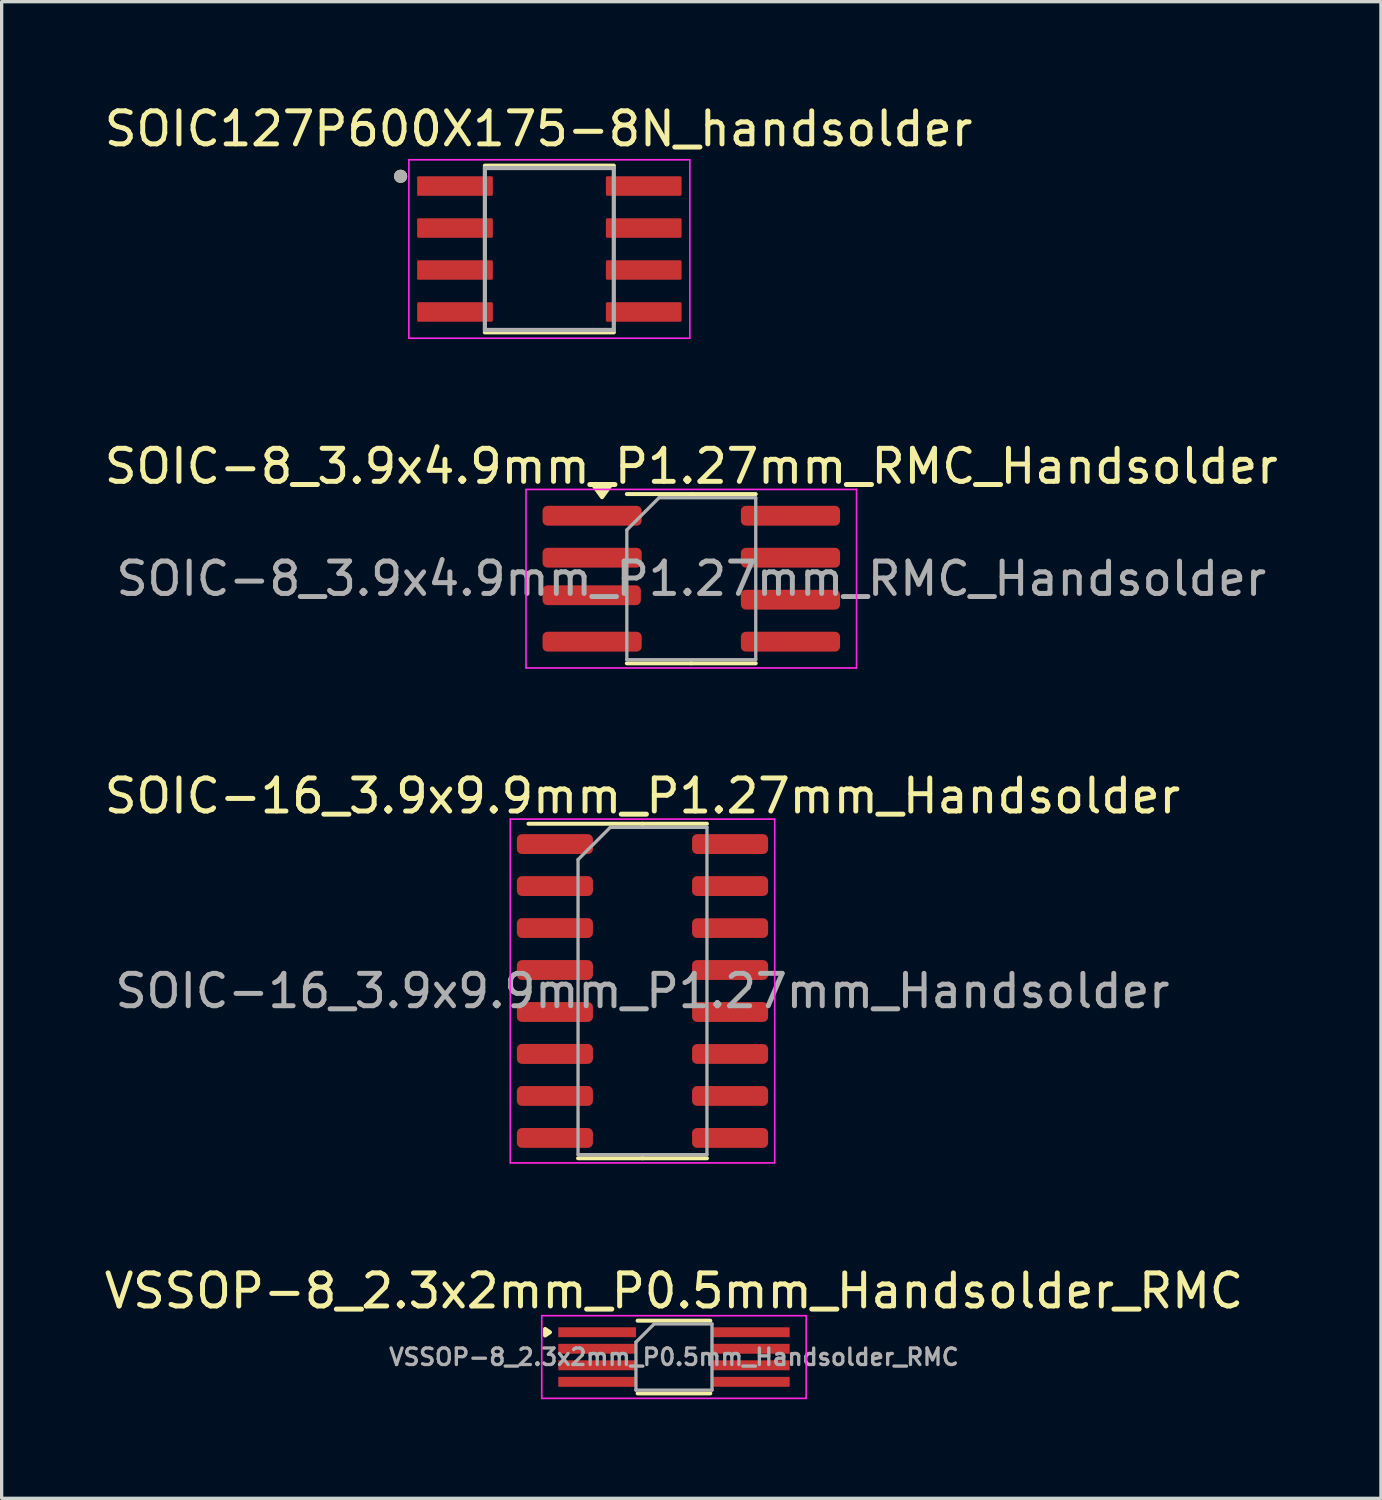
<source format=kicad_pcb>
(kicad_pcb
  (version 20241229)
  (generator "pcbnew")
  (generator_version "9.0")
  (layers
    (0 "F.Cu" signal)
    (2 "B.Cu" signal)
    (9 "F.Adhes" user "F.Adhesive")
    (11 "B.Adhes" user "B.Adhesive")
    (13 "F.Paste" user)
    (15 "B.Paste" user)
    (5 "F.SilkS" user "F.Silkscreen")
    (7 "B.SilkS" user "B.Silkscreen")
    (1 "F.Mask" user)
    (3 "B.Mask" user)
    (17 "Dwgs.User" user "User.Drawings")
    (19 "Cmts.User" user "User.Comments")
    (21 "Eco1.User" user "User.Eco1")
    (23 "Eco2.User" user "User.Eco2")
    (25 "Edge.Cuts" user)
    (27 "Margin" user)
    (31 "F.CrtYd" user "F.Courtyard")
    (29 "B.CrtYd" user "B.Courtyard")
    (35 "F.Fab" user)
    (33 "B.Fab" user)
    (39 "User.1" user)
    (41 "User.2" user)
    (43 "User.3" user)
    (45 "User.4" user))
  (footprint "SOIC-16_3.9x9.9mm_P1.27mm_Handsolder"
    (layer "F.Cu")
    (at 16.387 26.93)
    (property "Reference" "SOIC-16_3.9x9.9mm_P1.27mm_Handsolder" (at 0 -5.9 0) (layer "F.SilkS") (effects (font (size 1 1) (thickness 0.15))))
    (attr smd)
    (fp_line (start 0 -5.06) (end -3.45 -5.06) (stroke (width 0.12) (type solid)) (layer "F.SilkS"))
    (fp_line (start 0 -5.06) (end 1.95 -5.06) (stroke (width 0.12) (type solid)) (layer "F.SilkS"))
    (fp_line (start 0 5.06) (end -1.95 5.06) (stroke (width 0.12) (type solid)) (layer "F.SilkS"))
    (fp_line (start 0 5.06) (end 1.95 5.06) (stroke (width 0.12) (type solid)) (layer "F.SilkS"))
    (fp_line (start -4 -5.2) (end -4 5.2) (stroke (width 0.05) (type solid)) (layer "F.CrtYd"))
    (fp_line (start -4 5.2) (end 4 5.2) (stroke (width 0.05) (type solid)) (layer "F.CrtYd"))
    (fp_line (start 4 -5.2) (end -4 -5.2) (stroke (width 0.05) (type solid)) (layer "F.CrtYd"))
    (fp_line (start 4 5.2) (end 4 -5.2) (stroke (width 0.05) (type solid)) (layer "F.CrtYd"))
    (fp_line (start -1.95 -3.975) (end -0.975 -4.95) (stroke (width 0.1) (type solid)) (layer "F.Fab"))
    (fp_line (start -1.95 4.95) (end -1.95 -3.975) (stroke (width 0.1) (type solid)) (layer "F.Fab"))
    (fp_line (start -0.975 -4.95) (end 1.95 -4.95) (stroke (width 0.1) (type solid)) (layer "F.Fab"))
    (fp_line (start 1.95 -4.95) (end 1.95 4.95) (stroke (width 0.1) (type solid)) (layer "F.Fab"))
    (fp_line (start 1.95 4.95) (end -1.95 4.95) (stroke (width 0.1) (type solid)) (layer "F.Fab"))
    (fp_text user "${REFERENCE}" (at 0 0 0) (layer "F.Fab") (effects (font (size 0.98 0.98) (thickness 0.15))))
    (pad "1" smd roundrect (at -2.65 -4.445) (size 2.3 0.6) (layers "F.Cu" "F.Mask" "F.Paste") (roundrect_rratio 0.25))
    (pad "2" smd roundrect (at -2.65 -3.175) (size 2.3 0.6) (layers "F.Cu" "F.Mask" "F.Paste") (roundrect_rratio 0.25))
    (pad "3" smd roundrect (at -2.65 -1.905) (size 2.3 0.6) (layers "F.Cu" "F.Mask" "F.Paste") (roundrect_rratio 0.25))
    (pad "4" smd roundrect (at -2.65 -0.635) (size 2.3 0.6) (layers "F.Cu" "F.Mask" "F.Paste") (roundrect_rratio 0.25))
    (pad "5" smd roundrect (at -2.65 0.635) (size 2.3 0.6) (layers "F.Cu" "F.Mask" "F.Paste") (roundrect_rratio 0.25))
    (pad "6" smd roundrect (at -2.65 1.903) (size 2.3 0.605) (layers "F.Cu" "F.Mask" "F.Paste") (roundrect_rratio 0.25))
    (pad "7" smd roundrect (at -2.65 3.175) (size 2.3 0.6) (layers "F.Cu" "F.Mask" "F.Paste") (roundrect_rratio 0.25))
    (pad "8" smd roundrect (at -2.65 4.445) (size 2.3 0.6) (layers "F.Cu" "F.Mask" "F.Paste") (roundrect_rratio 0.25))
    (pad "9" smd roundrect (at 2.65 4.445) (size 2.3 0.6) (layers "F.Cu" "F.Mask" "F.Paste") (roundrect_rratio 0.25))
    (pad "10" smd roundrect (at 2.65 3.175) (size 2.3 0.6) (layers "F.Cu" "F.Mask" "F.Paste") (roundrect_rratio 0.25))
    (pad "11" smd roundrect (at 2.65 1.905) (size 2.3 0.6) (layers "F.Cu" "F.Mask" "F.Paste") (roundrect_rratio 0.25))
    (pad "12" smd roundrect (at 2.65 0.635) (size 2.3 0.6) (layers "F.Cu" "F.Mask" "F.Paste") (roundrect_rratio 0.25))
    (pad "13" smd roundrect (at 2.65 -0.635) (size 2.3 0.6) (layers "F.Cu" "F.Mask" "F.Paste") (roundrect_rratio 0.25))
    (pad "14" smd roundrect (at 2.65 -1.903) (size 2.3 0.595) (layers "F.Cu" "F.Mask" "F.Paste") (roundrect_rratio 0.25))
    (pad "15" smd roundrect (at 2.65 -3.175) (size 2.3 0.6) (layers "F.Cu" "F.Mask" "F.Paste") (roundrect_rratio 0.25))
    (pad "16" smd roundrect (at 2.65 -4.445) (size 2.3 0.6) (layers "F.Cu" "F.Mask" "F.Paste") (roundrect_rratio 0.25)))
  (footprint "SOIC-8_3.9x4.9mm_P1.27mm_RMC_Handsolder"
    (layer "F.Cu")
    (at 17.863 14.457)
    (property "Reference" "SOIC-8_3.9x4.9mm_P1.27mm_RMC_Handsolder" (at 0 -3.4 0) (layer "F.SilkS") (effects (font (size 1 1) (thickness 0.15))))
    (attr smd)
    (fp_line (start 0 -2.56) (end -1.95 -2.56) (stroke (width 0.12) (type solid)) (layer "F.SilkS"))
    (fp_line (start 0 -2.56) (end 1.95 -2.56) (stroke (width 0.12) (type solid)) (layer "F.SilkS"))
    (fp_line (start 0 2.56) (end -1.95 2.56) (stroke (width 0.12) (type solid)) (layer "F.SilkS"))
    (fp_line (start 0 2.56) (end 1.95 2.56) (stroke (width 0.12) (type solid)) (layer "F.SilkS"))
    (fp_poly (pts (xy -2.7 -2.465) (xy -2.94 -2.795) (xy -2.46 -2.795) (xy -2.7 -2.465)) (stroke (width 0.12) (type solid)) (fill yes) (layer "F.SilkS"))
    (fp_line (start -5 -2.7) (end -5 2.7) (stroke (width 0.05) (type solid)) (layer "F.CrtYd"))
    (fp_line (start -5 2.7) (end 5 2.7) (stroke (width 0.05) (type solid)) (layer "F.CrtYd"))
    (fp_line (start 5 -2.7) (end -5 -2.7) (stroke (width 0.05) (type solid)) (layer "F.CrtYd"))
    (fp_line (start 5 2.7) (end 5 -2.7) (stroke (width 0.05) (type solid)) (layer "F.CrtYd"))
    (fp_line (start -1.95 -1.475) (end -0.975 -2.45) (stroke (width 0.1) (type solid)) (layer "F.Fab"))
    (fp_line (start -1.95 2.45) (end -1.95 -1.475) (stroke (width 0.1) (type solid)) (layer "F.Fab"))
    (fp_line (start -0.975 -2.45) (end 1.95 -2.45) (stroke (width 0.1) (type solid)) (layer "F.Fab"))
    (fp_line (start 1.95 -2.45) (end 1.95 2.45) (stroke (width 0.1) (type solid)) (layer "F.Fab"))
    (fp_line (start 1.95 2.45) (end -1.95 2.45) (stroke (width 0.1) (type solid)) (layer "F.Fab"))
    (fp_text user "${REFERENCE}" (at 0 0 0) (layer "F.Fab") (effects (font (size 0.98 0.98) (thickness 0.15))))
    (pad "1" smd roundrect (at -3 -1.905) (size 3 0.6) (layers "F.Cu" "F.Mask" "F.Paste") (roundrect_rratio 0.25))
    (pad "2" smd roundrect (at -3 -0.635) (size 3 0.6) (layers "F.Cu" "F.Mask" "F.Paste") (roundrect_rratio 0.25))
    (pad "3" smd roundrect (at -3.013 0.5) (size 2.975 0.6) (layers "F.Cu" "F.Mask" "F.Paste") (roundrect_rratio 0.25))
    (pad "4" smd roundrect (at -3 1.905) (size 3 0.6) (layers "F.Cu" "F.Mask" "F.Paste") (roundrect_rratio 0.25))
    (pad "5" smd roundrect (at 3 1.905) (size 3 0.6) (layers "F.Cu" "F.Mask" "F.Paste") (roundrect_rratio 0.25))
    (pad "6" smd roundrect (at 3 0.635) (size 3 0.6) (layers "F.Cu" "F.Mask" "F.Paste") (roundrect_rratio 0.25))
    (pad "7" smd roundrect (at 3 -0.635) (size 3 0.6) (layers "F.Cu" "F.Mask" "F.Paste") (roundrect_rratio 0.25))
    (pad "8" smd roundrect (at 3 -1.905) (size 3 0.6) (layers "F.Cu" "F.Mask" "F.Paste") (roundrect_rratio 0.25)))
  (footprint "VSSOP-8_2.3x2mm_P0.5mm_Handsolder_RMC"
    (layer "F.Cu")
    (at 17.339 38.003)
    (property "Reference" "VSSOP-8_2.3x2mm_P0.5mm_Handsolder_RMC" (at 0 -2 0) (layer "F.SilkS") (effects (font (size 1 1) (thickness 0.15))))
    (attr smd)
    (fp_line (start 1.1 -1.1) (end -1.1 -1.1) (stroke (width 0.12) (type solid)) (layer "F.SilkS"))
    (fp_line (start 1.1 1.1) (end -1.1 1.1) (stroke (width 0.12) (type solid)) (layer "F.SilkS"))
    (fp_poly (pts (xy -3.9 -0.65) (xy -3.75 -0.75) (xy -3.9 -0.85)) (stroke (width 0.12) (type solid)) (fill no) (layer "F.SilkS"))
    (fp_line (start -4 -1.25) (end 4 -1.25) (stroke (width 0.05) (type solid)) (layer "F.CrtYd"))
    (fp_line (start -4 1.25) (end -4 -1.25) (stroke (width 0.05) (type solid)) (layer "F.CrtYd"))
    (fp_line (start 4 -1.25) (end 4 1.25) (stroke (width 0.05) (type solid)) (layer "F.CrtYd"))
    (fp_line (start 4 1.25) (end -4 1.25) (stroke (width 0.05) (type solid)) (layer "F.CrtYd"))
    (fp_line (start -1.15 1) (end -1.15 -0.45) (stroke (width 0.1) (type solid)) (layer "F.Fab"))
    (fp_line (start -0.6 -1) (end -1.15 -0.45) (stroke (width 0.1) (type solid)) (layer "F.Fab"))
    (fp_line (start -0.6 -1) (end 1.15 -1) (stroke (width 0.1) (type solid)) (layer "F.Fab"))
    (fp_line (start 1.15 -1) (end 1.15 1) (stroke (width 0.1) (type solid)) (layer "F.Fab"))
    (fp_line (start 1.15 1) (end -1.15 1) (stroke (width 0.1) (type solid)) (layer "F.Fab"))
    (fp_text user "${REFERENCE}" (at 0 0 0) (layer "F.Fab") (effects (font (size 0.5 0.5) (thickness 0.1))))
    (pad "1" smd rect (at -2.325 -0.75 270) (size 0.3 2.35) (layers "F.Cu" "F.Mask" "F.Paste"))
    (pad "2" smd rect (at -2.325 -0.25 270) (size 0.3 2.35) (layers "F.Cu" "F.Mask" "F.Paste"))
    (pad "3" smd rect (at -2.325 0.25 270) (size 0.3 2.35) (layers "F.Cu" "F.Mask" "F.Paste"))
    (pad "4" smd rect (at -2.325 0.75 270) (size 0.3 2.35) (layers "F.Cu" "F.Mask" "F.Paste"))
    (pad "5" smd rect (at 2.325 0.75 270) (size 0.3 2.35) (layers "F.Cu" "F.Mask" "F.Paste"))
    (pad "6" smd rect (at 2.325 0.25 270) (size 0.3 2.35) (layers "F.Cu" "F.Mask" "F.Paste"))
    (pad "7" smd rect (at 2.325 -0.25 270) (size 0.3 2.35) (layers "F.Cu" "F.Mask" "F.Paste"))
    (pad "8" smd rect (at 2.325 -0.75 270) (size 0.3 2.35) (layers "F.Cu" "F.Mask" "F.Paste")))
  (footprint "SOIC127P600X175-8N_handsolder"
    (layer "F.Cu")
    (at 13.569 4.483)
    (property "Reference" "SOIC127P600X175-8N_handsolder" (at -0.325 -3.635 0) (layer "F.SilkS") (effects (font (size 1 1) (thickness 0.15))))
    (attr smd)
    (fp_line (start -1.95 -2.52) (end 1.95 -2.52) (stroke (width 0.127) (type solid)) (layer "F.SilkS"))
    (fp_line (start -1.95 2.52) (end 1.95 2.52) (stroke (width 0.127) (type solid)) (layer "F.SilkS"))
    (fp_circle (center -4.5 -2.2) (end -4.4 -2.2) (stroke (width 0.2) (type solid)) (fill no) (layer "F.SilkS"))
    (fp_line (start -4.25 -2.7) (end -4.25 2.7) (stroke (width 0.05) (type solid)) (layer "F.CrtYd"))
    (fp_line (start -4.25 -2.7) (end 4.25 -2.7) (stroke (width 0.05) (type solid)) (layer "F.CrtYd"))
    (fp_line (start -4.25 2.7) (end 4.25 2.7) (stroke (width 0.05) (type solid)) (layer "F.CrtYd"))
    (fp_line (start 4.25 -2.7) (end 4.25 2.7) (stroke (width 0.05) (type solid)) (layer "F.CrtYd"))
    (fp_line (start -1.95 -2.45) (end -1.95 2.45) (stroke (width 0.127) (type solid)) (layer "F.Fab"))
    (fp_line (start -1.95 -2.45) (end 1.95 -2.45) (stroke (width 0.127) (type solid)) (layer "F.Fab"))
    (fp_line (start -1.95 2.45) (end 1.95 2.45) (stroke (width 0.127) (type solid)) (layer "F.Fab"))
    (fp_line (start 1.95 -2.45) (end 1.95 2.45) (stroke (width 0.127) (type solid)) (layer "F.Fab"))
    (fp_circle (center -4.5 -2.2) (end -4.4 -2.2) (stroke (width 0.2) (type solid)) (fill no) (layer "F.Fab"))
    (pad "1" smd roundrect (at -2.855 -1.905) (size 2.29 0.59) (layers "F.Cu" "F.Mask" "F.Paste") (roundrect_rratio 0.07))
    (pad "2" smd roundrect (at -2.855 -0.635) (size 2.29 0.59) (layers "F.Cu" "F.Mask" "F.Paste") (roundrect_rratio 0.07))
    (pad "3" smd roundrect (at -2.855 0.635) (size 2.29 0.59) (layers "F.Cu" "F.Mask" "F.Paste") (roundrect_rratio 0.07))
    (pad "4" smd roundrect (at -2.855 1.905) (size 2.29 0.59) (layers "F.Cu" "F.Mask" "F.Paste") (roundrect_rratio 0.07))
    (pad "5" smd roundrect (at 2.855 1.905) (size 2.29 0.59) (layers "F.Cu" "F.Mask" "F.Paste") (roundrect_rratio 0.07))
    (pad "6" smd roundrect (at 2.855 0.635) (size 2.29 0.59) (layers "F.Cu" "F.Mask" "F.Paste") (roundrect_rratio 0.07))
    (pad "7" smd roundrect (at 2.855 -0.635) (size 2.29 0.59) (layers "F.Cu" "F.Mask" "F.Paste") (roundrect_rratio 0.07))
    (pad "8" smd roundrect (at 2.855 -1.905) (size 2.29 0.59) (layers "F.Cu" "F.Mask" "F.Paste") (roundrect_rratio 0.07)))
  (gr_rect
    (start -3 -3)
    (end 38.726 42.278)
    (stroke (width 0.1) (type default))
    (fill no)
    (layer "Edge.Cuts")))
</source>
